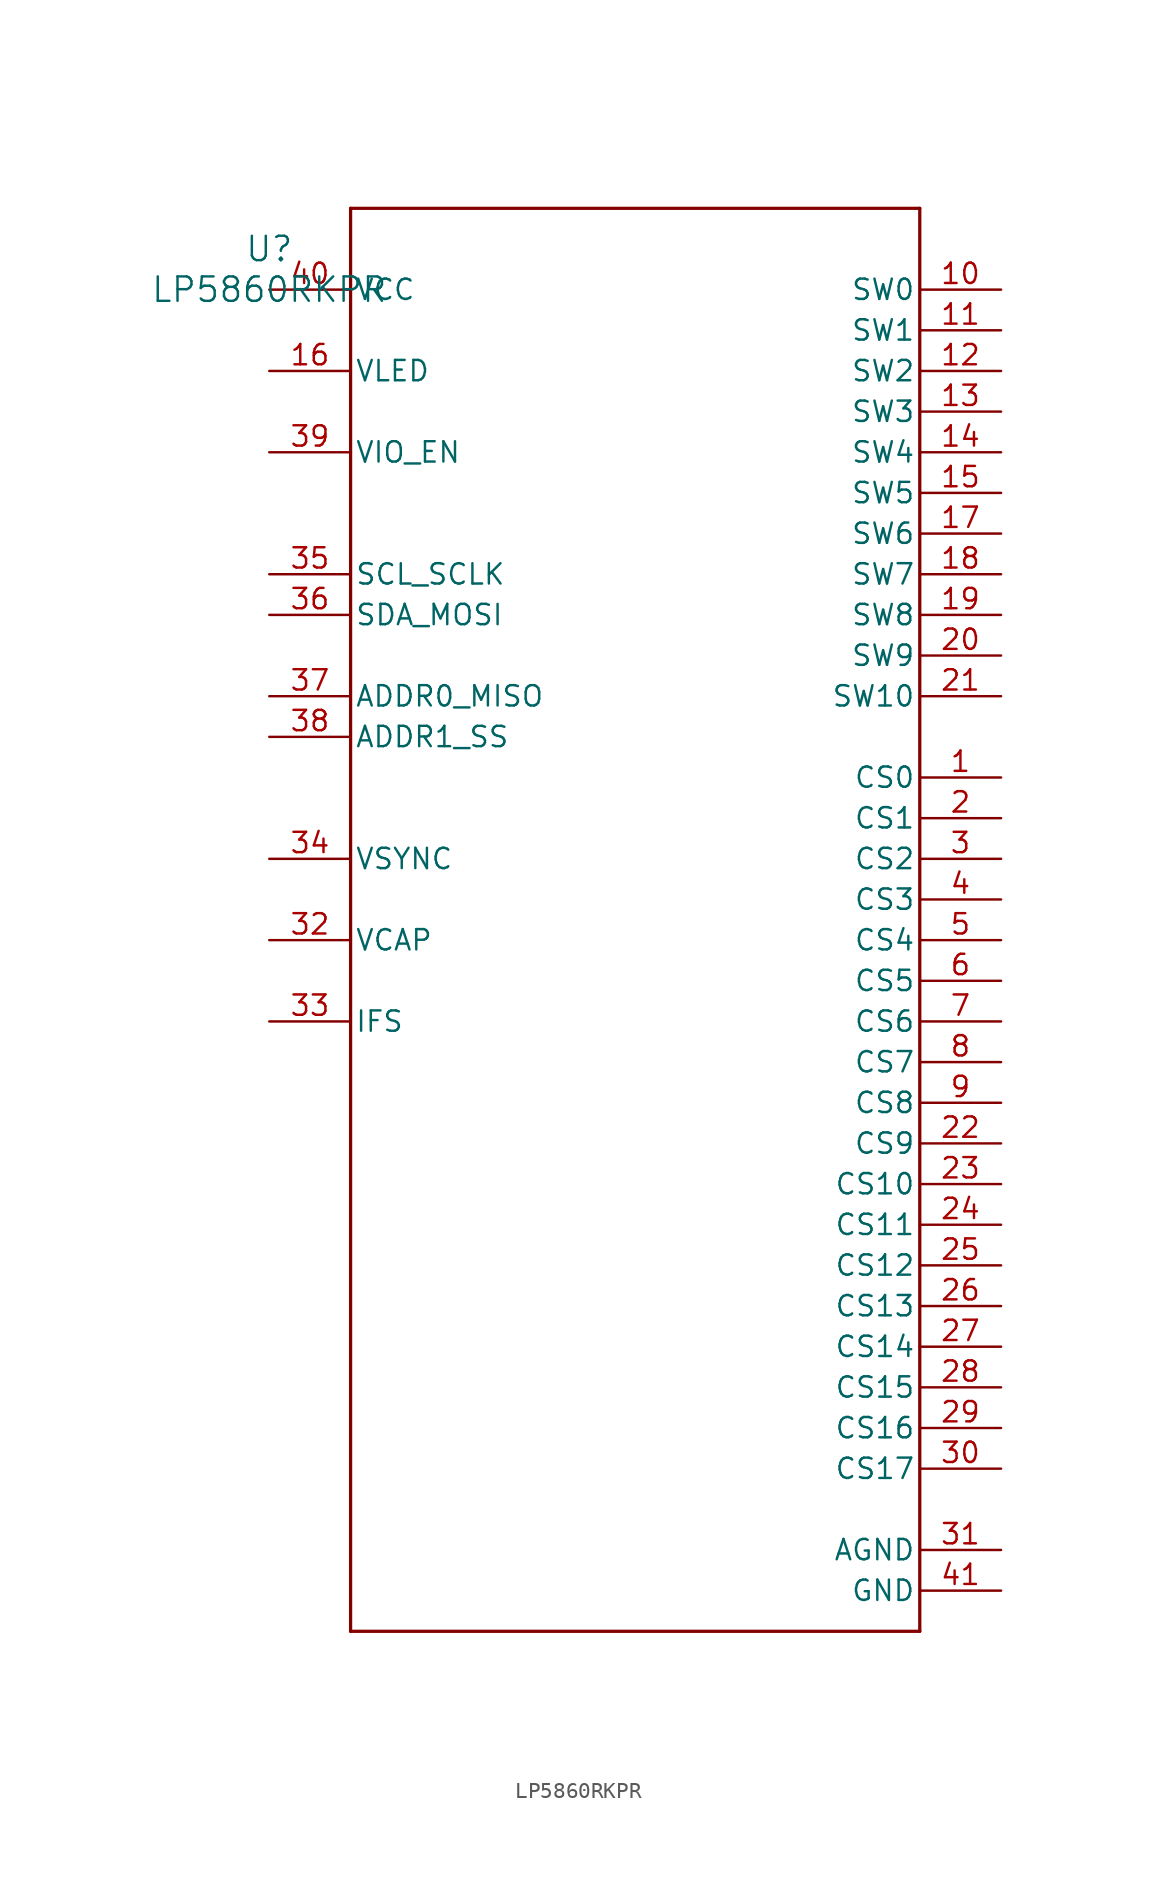
<source format=kicad_sym>
(kicad_symbol_lib
  (version 20211014)
  (generator kicad_symbol_editor)
  (symbol "LP5860RKPR"
    (pin_names
      (offset 0.254))
    (property "Reference" "U"
      (at 0 2.54 0)
      (effects (font (size 1.524 1.524))))
    (property "Value" "LP5860RKPR"
      (at 0 0 0)
      (effects (font (size 1.524 1.524))))
    (symbol "LP5860RKPR_0_1"
      (polyline (pts (xy 5.08 -83.82) (xy 40.64 -83.82)) (stroke (width 0.203) (type default) (color 0 0 0 0)) (fill (type none)))
      (polyline (pts (xy 40.64 -83.82) (xy 40.64 5.08)) (stroke (width 0.203) (type default) (color 0 0 0 0)) (fill (type none)))
      (polyline (pts (xy 40.64 5.08) (xy 5.08 5.08)) (stroke (width 0.203) (type default) (color 0 0 0 0)) (fill (type none)))
      (polyline (pts (xy 5.08 5.08) (xy 5.08 -83.82)) (stroke (width 0.203) (type default) (color 0 0 0 0)) (fill (type none)))
      (pin unspecified line (at 45.72 -30.48 180) (length 5.08) (name "CS0" (effects (font (size 1.27 1.27)))) (number "1" (effects (font (size 1.27 1.27)))))
      (pin unspecified line (at 45.72 -33.02 180) (length 5.08) (name "CS1" (effects (font (size 1.27 1.27)))) (number "2" (effects (font (size 1.27 1.27)))))
      (pin unspecified line (at 45.72 -35.56 180) (length 5.08) (name "CS2" (effects (font (size 1.27 1.27)))) (number "3" (effects (font (size 1.27 1.27)))))
      (pin unspecified line (at 45.72 -38.1 180) (length 5.08) (name "CS3" (effects (font (size 1.27 1.27)))) (number "4" (effects (font (size 1.27 1.27)))))
      (pin unspecified line (at 45.72 -40.64 180) (length 5.08) (name "CS4" (effects (font (size 1.27 1.27)))) (number "5" (effects (font (size 1.27 1.27)))))
      (pin unspecified line (at 45.72 -43.18 180) (length 5.08) (name "CS5" (effects (font (size 1.27 1.27)))) (number "6" (effects (font (size 1.27 1.27)))))
      (pin unspecified line (at 45.72 -45.72 180) (length 5.08) (name "CS6" (effects (font (size 1.27 1.27)))) (number "7" (effects (font (size 1.27 1.27)))))
      (pin unspecified line (at 45.72 -48.26 180) (length 5.08) (name "CS7" (effects (font (size 1.27 1.27)))) (number "8" (effects (font (size 1.27 1.27)))))
      (pin unspecified line (at 45.72 -50.8 180) (length 5.08) (name "CS8" (effects (font (size 1.27 1.27)))) (number "9" (effects (font (size 1.27 1.27)))))
      (pin unspecified line (at 45.72 0 180) (length 5.08) (name "SW0" (effects (font (size 1.27 1.27)))) (number "10" (effects (font (size 1.27 1.27)))))
      (pin unspecified line (at 45.72 -2.54 180) (length 5.08) (name "SW1" (effects (font (size 1.27 1.27)))) (number "11" (effects (font (size 1.27 1.27)))))
      (pin unspecified line (at 45.72 -5.08 180) (length 5.08) (name "SW2" (effects (font (size 1.27 1.27)))) (number "12" (effects (font (size 1.27 1.27)))))
      (pin unspecified line (at 45.72 -7.62 180) (length 5.08) (name "SW3" (effects (font (size 1.27 1.27)))) (number "13" (effects (font (size 1.27 1.27)))))
      (pin unspecified line (at 45.72 -10.16 180) (length 5.08) (name "SW4" (effects (font (size 1.27 1.27)))) (number "14" (effects (font (size 1.27 1.27)))))
      (pin unspecified line (at 45.72 -12.7 180) (length 5.08) (name "SW5" (effects (font (size 1.27 1.27)))) (number "15" (effects (font (size 1.27 1.27)))))
      (pin unspecified line (at 0 -5.08 0) (length 5.08) (name "VLED" (effects (font (size 1.27 1.27)))) (number "16" (effects (font (size 1.27 1.27)))))
      (pin unspecified line (at 45.72 -15.24 180) (length 5.08) (name "SW6" (effects (font (size 1.27 1.27)))) (number "17" (effects (font (size 1.27 1.27)))))
      (pin unspecified line (at 45.72 -17.78 180) (length 5.08) (name "SW7" (effects (font (size 1.27 1.27)))) (number "18" (effects (font (size 1.27 1.27)))))
      (pin unspecified line (at 45.72 -20.32 180) (length 5.08) (name "SW8" (effects (font (size 1.27 1.27)))) (number "19" (effects (font (size 1.27 1.27)))))
      (pin unspecified line (at 45.72 -22.86 180) (length 5.08) (name "SW9" (effects (font (size 1.27 1.27)))) (number "20" (effects (font (size 1.27 1.27)))))
      (pin unspecified line (at 45.72 -25.4 180) (length 5.08) (name "SW10" (effects (font (size 1.27 1.27)))) (number "21" (effects (font (size 1.27 1.27)))))
      (pin unspecified line (at 45.72 -53.34 180) (length 5.08) (name "CS9" (effects (font (size 1.27 1.27)))) (number "22" (effects (font (size 1.27 1.27)))))
      (pin unspecified line (at 45.72 -55.88 180) (length 5.08) (name "CS10" (effects (font (size 1.27 1.27)))) (number "23" (effects (font (size 1.27 1.27)))))
      (pin unspecified line (at 45.72 -58.42 180) (length 5.08) (name "CS11" (effects (font (size 1.27 1.27)))) (number "24" (effects (font (size 1.27 1.27)))))
      (pin unspecified line (at 45.72 -60.96 180) (length 5.08) (name "CS12" (effects (font (size 1.27 1.27)))) (number "25" (effects (font (size 1.27 1.27)))))
      (pin unspecified line (at 45.72 -63.5 180) (length 5.08) (name "CS13" (effects (font (size 1.27 1.27)))) (number "26" (effects (font (size 1.27 1.27)))))
      (pin unspecified line (at 45.72 -66.04 180) (length 5.08) (name "CS14" (effects (font (size 1.27 1.27)))) (number "27" (effects (font (size 1.27 1.27)))))
      (pin unspecified line (at 45.72 -68.58 180) (length 5.08) (name "CS15" (effects (font (size 1.27 1.27)))) (number "28" (effects (font (size 1.27 1.27)))))
      (pin unspecified line (at 45.72 -71.12 180) (length 5.08) (name "CS16" (effects (font (size 1.27 1.27)))) (number "29" (effects (font (size 1.27 1.27)))))
      (pin unspecified line (at 45.72 -73.66 180) (length 5.08) (name "CS17" (effects (font (size 1.27 1.27)))) (number "30" (effects (font (size 1.27 1.27)))))
      (pin power_in line (at 45.72 -78.74 180) (length 5.08) (name "AGND" (effects (font (size 1.27 1.27)))) (number "31" (effects (font (size 1.27 1.27)))))
      (pin unspecified line (at 0 -40.64 0) (length 5.08) (name "VCAP" (effects (font (size 1.27 1.27)))) (number "32" (effects (font (size 1.27 1.27)))))
      (pin input line (at 0 -45.72 0) (length 5.08) (name "IFS" (effects (font (size 1.27 1.27)))) (number "33" (effects (font (size 1.27 1.27)))))
      (pin input line (at 0 -35.56 0) (length 5.08) (name "VSYNC" (effects (font (size 1.27 1.27)))) (number "34" (effects (font (size 1.27 1.27)))))
      (pin input line (at 0 -17.78 0) (length 5.08) (name "SCL_SCLK" (effects (font (size 1.27 1.27)))) (number "35" (effects (font (size 1.27 1.27)))))
      (pin bidirectional line (at 0 -20.32 0) (length 5.08) (name "SDA_MOSI" (effects (font (size 1.27 1.27)))) (number "36" (effects (font (size 1.27 1.27)))))
      (pin bidirectional line (at 0 -25.4 0) (length 5.08) (name "ADDR0_MISO" (effects (font (size 1.27 1.27)))) (number "37" (effects (font (size 1.27 1.27)))))
      (pin input line (at 0 -27.94 0) (length 5.08) (name "ADDR1_SS" (effects (font (size 1.27 1.27)))) (number "38" (effects (font (size 1.27 1.27)))))
      (pin power_in line (at 0 -10.16 0) (length 5.08) (name "VIO_EN" (effects (font (size 1.27 1.27)))) (number "39" (effects (font (size 1.27 1.27)))))
      (pin power_in line (at 0 0 0) (length 5.08) (name "VCC" (effects (font (size 1.27 1.27)))) (number "40" (effects (font (size 1.27 1.27)))))
      (pin power_in line (at 45.72 -81.28 180) (length 5.08) (name "GND" (effects (font (size 1.27 1.27)))) (number "41" (effects (font (size 1.27 1.27))))))))
</source>
